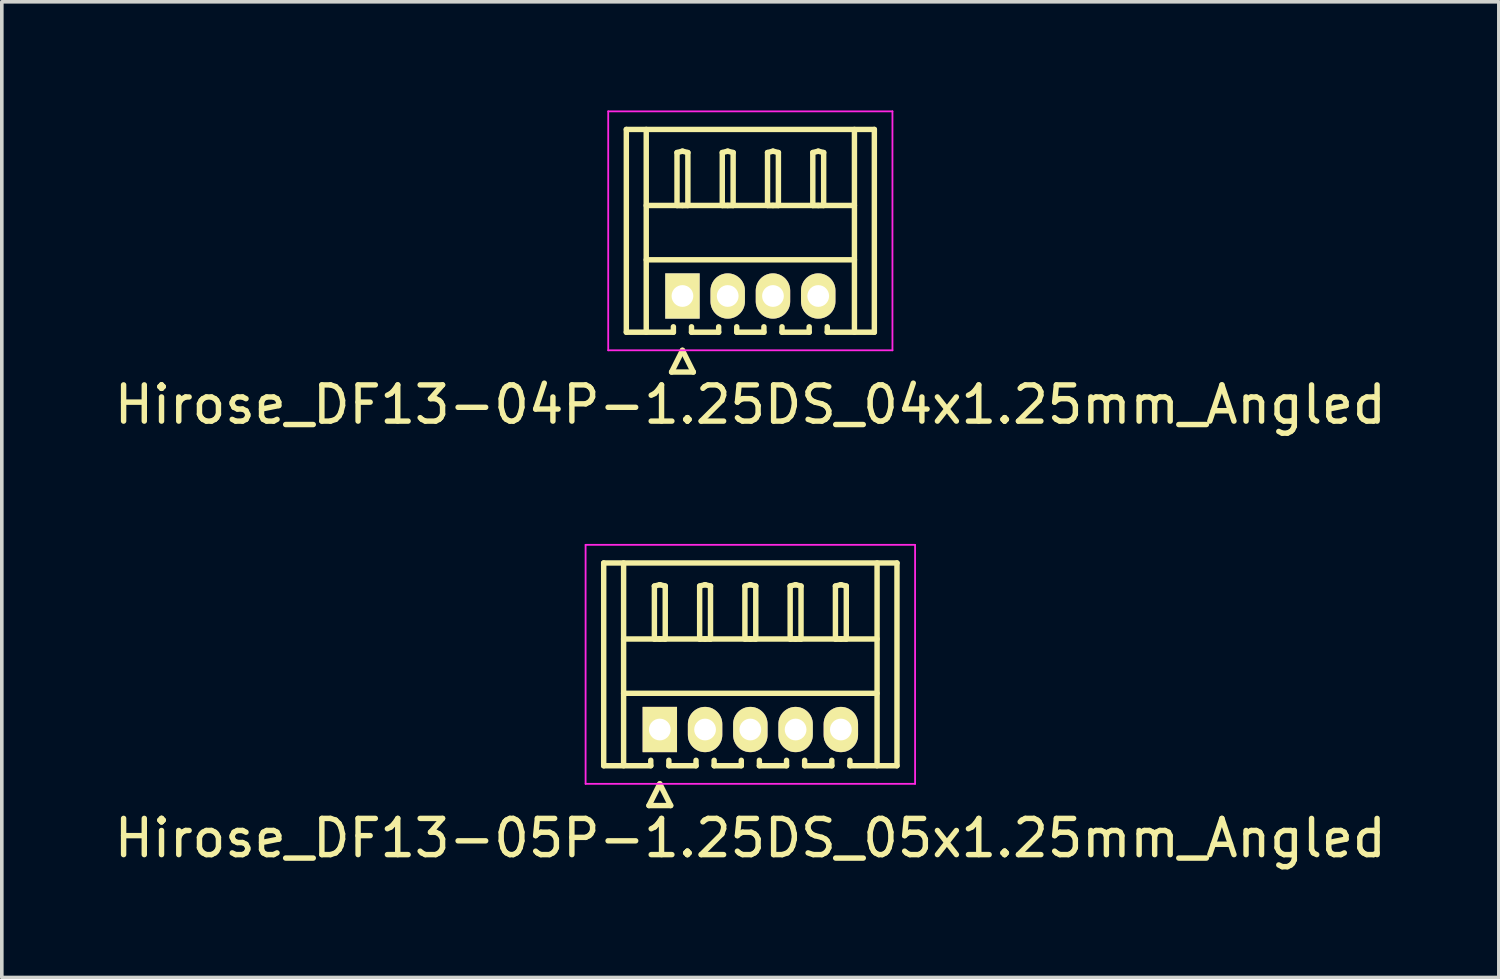
<source format=kicad_pcb>
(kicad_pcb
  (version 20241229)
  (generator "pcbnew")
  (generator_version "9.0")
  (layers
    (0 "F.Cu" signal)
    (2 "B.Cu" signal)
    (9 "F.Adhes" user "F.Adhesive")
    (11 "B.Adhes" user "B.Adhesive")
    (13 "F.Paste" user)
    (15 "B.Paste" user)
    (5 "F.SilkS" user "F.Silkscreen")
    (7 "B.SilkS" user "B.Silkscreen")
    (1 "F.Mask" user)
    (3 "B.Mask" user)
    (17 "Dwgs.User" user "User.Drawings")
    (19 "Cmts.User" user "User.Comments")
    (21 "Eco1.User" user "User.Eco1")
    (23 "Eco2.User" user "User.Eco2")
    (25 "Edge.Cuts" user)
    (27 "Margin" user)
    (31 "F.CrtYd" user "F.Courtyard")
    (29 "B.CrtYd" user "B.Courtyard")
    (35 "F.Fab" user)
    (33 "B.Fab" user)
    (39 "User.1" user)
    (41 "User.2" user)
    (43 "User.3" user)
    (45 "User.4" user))
  (footprint "Hirose_DF13-05P-1.25DS_05x1.25mm_Angled"
    (layer "F.Cu")
    (at 15.173 17.098)
    (property "Reference" "Hirose_DF13-05P-1.25DS_05x1.25mm_Angled" (at 2.5 3 0) (layer "F.SilkS") (effects (font (size 1 1) (thickness 0.15))))
    (attr through_hole)
    (fp_line (start -1.55 -4.6) (end 6.55 -4.6) (stroke (width 0.15) (type solid)) (layer "F.SilkS"))
    (fp_line (start -1.55 1) (end -1.55 -4.6) (stroke (width 0.15) (type solid)) (layer "F.SilkS"))
    (fp_line (start -1 -4.6) (end -1 1) (stroke (width 0.15) (type solid)) (layer "F.SilkS"))
    (fp_line (start -1 -2.5) (end 6 -2.5) (stroke (width 0.15) (type solid)) (layer "F.SilkS"))
    (fp_line (start -1 -1) (end 6 -1) (stroke (width 0.15) (type solid)) (layer "F.SilkS"))
    (fp_line (start -0.3 2.1) (end 0.3 2.1) (stroke (width 0.15) (type solid)) (layer "F.SilkS"))
    (fp_line (start -0.25 0.85) (end -0.25 1) (stroke (width 0.15) (type solid)) (layer "F.SilkS"))
    (fp_line (start -0.25 1) (end -1.55 1) (stroke (width 0.15) (type solid)) (layer "F.SilkS"))
    (fp_line (start -0.15 -3.962) (end 0 -4) (stroke (width 0.15) (type solid)) (layer "F.SilkS"))
    (fp_line (start -0.15 -2.5) (end -0.15 -3.962) (stroke (width 0.15) (type solid)) (layer "F.SilkS"))
    (fp_line (start 0 -4) (end 0.15 -3.962) (stroke (width 0.15) (type solid)) (layer "F.SilkS"))
    (fp_line (start 0 -2.5) (end -0.15 -2.5) (stroke (width 0.15) (type solid)) (layer "F.SilkS"))
    (fp_line (start 0 1.5) (end -0.3 2.1) (stroke (width 0.15) (type solid)) (layer "F.SilkS"))
    (fp_line (start 0.15 -3.962) (end 0.15 -2.5) (stroke (width 0.15) (type solid)) (layer "F.SilkS"))
    (fp_line (start 0.15 -2.5) (end 0 -2.5) (stroke (width 0.15) (type solid)) (layer "F.SilkS"))
    (fp_line (start 0.25 0.85) (end 0.25 1) (stroke (width 0.15) (type solid)) (layer "F.SilkS"))
    (fp_line (start 0.25 1) (end 1 1) (stroke (width 0.15) (type solid)) (layer "F.SilkS"))
    (fp_line (start 0.3 2.1) (end 0 1.5) (stroke (width 0.15) (type solid)) (layer "F.SilkS"))
    (fp_line (start 1 1) (end 1 0.85) (stroke (width 0.15) (type solid)) (layer "F.SilkS"))
    (fp_line (start 1.1 -3.962) (end 1.25 -4) (stroke (width 0.15) (type solid)) (layer "F.SilkS"))
    (fp_line (start 1.1 -2.5) (end 1.1 -3.962) (stroke (width 0.15) (type solid)) (layer "F.SilkS"))
    (fp_line (start 1.25 -4) (end 1.4 -3.962) (stroke (width 0.15) (type solid)) (layer "F.SilkS"))
    (fp_line (start 1.25 -2.5) (end 1.1 -2.5) (stroke (width 0.15) (type solid)) (layer "F.SilkS"))
    (fp_line (start 1.4 -3.962) (end 1.4 -2.5) (stroke (width 0.15) (type solid)) (layer "F.SilkS"))
    (fp_line (start 1.4 -2.5) (end 1.25 -2.5) (stroke (width 0.15) (type solid)) (layer "F.SilkS"))
    (fp_line (start 1.5 0.85) (end 1.5 1) (stroke (width 0.15) (type solid)) (layer "F.SilkS"))
    (fp_line (start 1.5 1) (end 2.25 1) (stroke (width 0.15) (type solid)) (layer "F.SilkS"))
    (fp_line (start 2.25 1) (end 2.25 0.85) (stroke (width 0.15) (type solid)) (layer "F.SilkS"))
    (fp_line (start 2.35 -3.962) (end 2.5 -4) (stroke (width 0.15) (type solid)) (layer "F.SilkS"))
    (fp_line (start 2.35 -2.5) (end 2.35 -3.962) (stroke (width 0.15) (type solid)) (layer "F.SilkS"))
    (fp_line (start 2.5 -4) (end 2.65 -3.962) (stroke (width 0.15) (type solid)) (layer "F.SilkS"))
    (fp_line (start 2.5 -2.5) (end 2.35 -2.5) (stroke (width 0.15) (type solid)) (layer "F.SilkS"))
    (fp_line (start 2.65 -3.962) (end 2.65 -2.5) (stroke (width 0.15) (type solid)) (layer "F.SilkS"))
    (fp_line (start 2.65 -2.5) (end 2.5 -2.5) (stroke (width 0.15) (type solid)) (layer "F.SilkS"))
    (fp_line (start 2.75 0.85) (end 2.75 1) (stroke (width 0.15) (type solid)) (layer "F.SilkS"))
    (fp_line (start 2.75 1) (end 3.5 1) (stroke (width 0.15) (type solid)) (layer "F.SilkS"))
    (fp_line (start 3.5 1) (end 3.5 0.85) (stroke (width 0.15) (type solid)) (layer "F.SilkS"))
    (fp_line (start 3.6 -3.962) (end 3.75 -4) (stroke (width 0.15) (type solid)) (layer "F.SilkS"))
    (fp_line (start 3.6 -2.5) (end 3.6 -3.962) (stroke (width 0.15) (type solid)) (layer "F.SilkS"))
    (fp_line (start 3.75 -4) (end 3.9 -3.962) (stroke (width 0.15) (type solid)) (layer "F.SilkS"))
    (fp_line (start 3.75 -2.5) (end 3.6 -2.5) (stroke (width 0.15) (type solid)) (layer "F.SilkS"))
    (fp_line (start 3.9 -3.962) (end 3.9 -2.5) (stroke (width 0.15) (type solid)) (layer "F.SilkS"))
    (fp_line (start 3.9 -2.5) (end 3.75 -2.5) (stroke (width 0.15) (type solid)) (layer "F.SilkS"))
    (fp_line (start 4 0.85) (end 4 1) (stroke (width 0.15) (type solid)) (layer "F.SilkS"))
    (fp_line (start 4 1) (end 4.75 1) (stroke (width 0.15) (type solid)) (layer "F.SilkS"))
    (fp_line (start 4.75 1) (end 4.75 0.85) (stroke (width 0.15) (type solid)) (layer "F.SilkS"))
    (fp_line (start 4.85 -3.962) (end 5 -4) (stroke (width 0.15) (type solid)) (layer "F.SilkS"))
    (fp_line (start 4.85 -2.5) (end 4.85 -3.962) (stroke (width 0.15) (type solid)) (layer "F.SilkS"))
    (fp_line (start 5 -4) (end 5.15 -3.962) (stroke (width 0.15) (type solid)) (layer "F.SilkS"))
    (fp_line (start 5 -2.5) (end 4.85 -2.5) (stroke (width 0.15) (type solid)) (layer "F.SilkS"))
    (fp_line (start 5.15 -3.962) (end 5.15 -2.5) (stroke (width 0.15) (type solid)) (layer "F.SilkS"))
    (fp_line (start 5.15 -2.5) (end 5 -2.5) (stroke (width 0.15) (type solid)) (layer "F.SilkS"))
    (fp_line (start 5.25 1) (end 5.25 0.85) (stroke (width 0.15) (type solid)) (layer "F.SilkS"))
    (fp_line (start 6 -4.6) (end 6 1) (stroke (width 0.15) (type solid)) (layer "F.SilkS"))
    (fp_line (start 6.55 -4.6) (end 6.55 1) (stroke (width 0.15) (type solid)) (layer "F.SilkS"))
    (fp_line (start 6.55 1) (end 5.25 1) (stroke (width 0.15) (type solid)) (layer "F.SilkS"))
    (fp_line (start -2.05 -5.1) (end -2.05 1.5) (stroke (width 0.05) (type solid)) (layer "F.CrtYd"))
    (fp_line (start -2.05 1.5) (end 7.05 1.5) (stroke (width 0.05) (type solid)) (layer "F.CrtYd"))
    (fp_line (start 7.05 -5.1) (end -2.05 -5.1) (stroke (width 0.05) (type solid)) (layer "F.CrtYd"))
    (fp_line (start 7.05 1.5) (end 7.05 -5.1) (stroke (width 0.05) (type solid)) (layer "F.CrtYd"))
    (pad "1" thru_hole rect (at 0 0) (size 0.95 1.25) (drill 0.6) (layers "*.Cu" "*.Mask" "F.SilkS"))
    (pad "2" thru_hole oval (at 1.25 0) (size 0.95 1.25) (drill 0.6) (layers "*.Cu" "*.Mask" "F.SilkS"))
    (pad "3" thru_hole oval (at 2.5 0) (size 0.95 1.25) (drill 0.6) (layers "*.Cu" "*.Mask" "F.SilkS"))
    (pad "4" thru_hole oval (at 3.75 0) (size 0.95 1.25) (drill 0.6) (layers "*.Cu" "*.Mask" "F.SilkS"))
    (pad "5" thru_hole oval (at 5 0) (size 0.95 1.25) (drill 0.6) (layers "*.Cu" "*.Mask" "F.SilkS")))
  (footprint "Hirose_DF13-04P-1.25DS_04x1.25mm_Angled"
    (layer "F.Cu")
    (at 15.798 5.125)
    (property "Reference" "Hirose_DF13-04P-1.25DS_04x1.25mm_Angled" (at 1.875 3 0) (layer "F.SilkS") (effects (font (size 1 1) (thickness 0.15))))
    (attr through_hole)
    (fp_line (start -1.55 -4.6) (end 5.3 -4.6) (stroke (width 0.15) (type solid)) (layer "F.SilkS"))
    (fp_line (start -1.55 1) (end -1.55 -4.6) (stroke (width 0.15) (type solid)) (layer "F.SilkS"))
    (fp_line (start -1 -4.6) (end -1 1) (stroke (width 0.15) (type solid)) (layer "F.SilkS"))
    (fp_line (start -1 -2.5) (end 4.75 -2.5) (stroke (width 0.15) (type solid)) (layer "F.SilkS"))
    (fp_line (start -1 -1) (end 4.75 -1) (stroke (width 0.15) (type solid)) (layer "F.SilkS"))
    (fp_line (start -0.3 2.1) (end 0.3 2.1) (stroke (width 0.15) (type solid)) (layer "F.SilkS"))
    (fp_line (start -0.25 0.85) (end -0.25 1) (stroke (width 0.15) (type solid)) (layer "F.SilkS"))
    (fp_line (start -0.25 1) (end -1.55 1) (stroke (width 0.15) (type solid)) (layer "F.SilkS"))
    (fp_line (start -0.15 -3.962) (end 0 -4) (stroke (width 0.15) (type solid)) (layer "F.SilkS"))
    (fp_line (start -0.15 -2.5) (end -0.15 -3.962) (stroke (width 0.15) (type solid)) (layer "F.SilkS"))
    (fp_line (start 0 -4) (end 0.15 -3.962) (stroke (width 0.15) (type solid)) (layer "F.SilkS"))
    (fp_line (start 0 -2.5) (end -0.15 -2.5) (stroke (width 0.15) (type solid)) (layer "F.SilkS"))
    (fp_line (start 0 1.5) (end -0.3 2.1) (stroke (width 0.15) (type solid)) (layer "F.SilkS"))
    (fp_line (start 0.15 -3.962) (end 0.15 -2.5) (stroke (width 0.15) (type solid)) (layer "F.SilkS"))
    (fp_line (start 0.15 -2.5) (end 0 -2.5) (stroke (width 0.15) (type solid)) (layer "F.SilkS"))
    (fp_line (start 0.25 0.85) (end 0.25 1) (stroke (width 0.15) (type solid)) (layer "F.SilkS"))
    (fp_line (start 0.25 1) (end 1 1) (stroke (width 0.15) (type solid)) (layer "F.SilkS"))
    (fp_line (start 0.3 2.1) (end 0 1.5) (stroke (width 0.15) (type solid)) (layer "F.SilkS"))
    (fp_line (start 1 1) (end 1 0.85) (stroke (width 0.15) (type solid)) (layer "F.SilkS"))
    (fp_line (start 1.1 -3.962) (end 1.25 -4) (stroke (width 0.15) (type solid)) (layer "F.SilkS"))
    (fp_line (start 1.1 -2.5) (end 1.1 -3.962) (stroke (width 0.15) (type solid)) (layer "F.SilkS"))
    (fp_line (start 1.25 -4) (end 1.4 -3.962) (stroke (width 0.15) (type solid)) (layer "F.SilkS"))
    (fp_line (start 1.25 -2.5) (end 1.1 -2.5) (stroke (width 0.15) (type solid)) (layer "F.SilkS"))
    (fp_line (start 1.4 -3.962) (end 1.4 -2.5) (stroke (width 0.15) (type solid)) (layer "F.SilkS"))
    (fp_line (start 1.4 -2.5) (end 1.25 -2.5) (stroke (width 0.15) (type solid)) (layer "F.SilkS"))
    (fp_line (start 1.5 0.85) (end 1.5 1) (stroke (width 0.15) (type solid)) (layer "F.SilkS"))
    (fp_line (start 1.5 1) (end 2.25 1) (stroke (width 0.15) (type solid)) (layer "F.SilkS"))
    (fp_line (start 2.25 1) (end 2.25 0.85) (stroke (width 0.15) (type solid)) (layer "F.SilkS"))
    (fp_line (start 2.35 -3.962) (end 2.5 -4) (stroke (width 0.15) (type solid)) (layer "F.SilkS"))
    (fp_line (start 2.35 -2.5) (end 2.35 -3.962) (stroke (width 0.15) (type solid)) (layer "F.SilkS"))
    (fp_line (start 2.5 -4) (end 2.65 -3.962) (stroke (width 0.15) (type solid)) (layer "F.SilkS"))
    (fp_line (start 2.5 -2.5) (end 2.35 -2.5) (stroke (width 0.15) (type solid)) (layer "F.SilkS"))
    (fp_line (start 2.65 -3.962) (end 2.65 -2.5) (stroke (width 0.15) (type solid)) (layer "F.SilkS"))
    (fp_line (start 2.65 -2.5) (end 2.5 -2.5) (stroke (width 0.15) (type solid)) (layer "F.SilkS"))
    (fp_line (start 2.75 0.85) (end 2.75 1) (stroke (width 0.15) (type solid)) (layer "F.SilkS"))
    (fp_line (start 2.75 1) (end 3.5 1) (stroke (width 0.15) (type solid)) (layer "F.SilkS"))
    (fp_line (start 3.5 1) (end 3.5 0.85) (stroke (width 0.15) (type solid)) (layer "F.SilkS"))
    (fp_line (start 3.6 -3.962) (end 3.75 -4) (stroke (width 0.15) (type solid)) (layer "F.SilkS"))
    (fp_line (start 3.6 -2.5) (end 3.6 -3.962) (stroke (width 0.15) (type solid)) (layer "F.SilkS"))
    (fp_line (start 3.75 -4) (end 3.9 -3.962) (stroke (width 0.15) (type solid)) (layer "F.SilkS"))
    (fp_line (start 3.75 -2.5) (end 3.6 -2.5) (stroke (width 0.15) (type solid)) (layer "F.SilkS"))
    (fp_line (start 3.9 -3.962) (end 3.9 -2.5) (stroke (width 0.15) (type solid)) (layer "F.SilkS"))
    (fp_line (start 3.9 -2.5) (end 3.75 -2.5) (stroke (width 0.15) (type solid)) (layer "F.SilkS"))
    (fp_line (start 4 1) (end 4 0.85) (stroke (width 0.15) (type solid)) (layer "F.SilkS"))
    (fp_line (start 4.75 -4.6) (end 4.75 1) (stroke (width 0.15) (type solid)) (layer "F.SilkS"))
    (fp_line (start 5.3 -4.6) (end 5.3 1) (stroke (width 0.15) (type solid)) (layer "F.SilkS"))
    (fp_line (start 5.3 1) (end 4 1) (stroke (width 0.15) (type solid)) (layer "F.SilkS"))
    (fp_line (start -2.05 -5.1) (end -2.05 1.5) (stroke (width 0.05) (type solid)) (layer "F.CrtYd"))
    (fp_line (start -2.05 1.5) (end 5.8 1.5) (stroke (width 0.05) (type solid)) (layer "F.CrtYd"))
    (fp_line (start 5.8 -5.1) (end -2.05 -5.1) (stroke (width 0.05) (type solid)) (layer "F.CrtYd"))
    (fp_line (start 5.8 1.5) (end 5.8 -5.1) (stroke (width 0.05) (type solid)) (layer "F.CrtYd"))
    (pad "1" thru_hole rect (at 0 0) (size 0.95 1.25) (drill 0.6) (layers "*.Cu" "*.Mask" "F.SilkS"))
    (pad "2" thru_hole oval (at 1.25 0) (size 0.95 1.25) (drill 0.6) (layers "*.Cu" "*.Mask" "F.SilkS"))
    (pad "3" thru_hole oval (at 2.5 0) (size 0.95 1.25) (drill 0.6) (layers "*.Cu" "*.Mask" "F.SilkS"))
    (pad "4" thru_hole oval (at 3.75 0) (size 0.95 1.25) (drill 0.6) (layers "*.Cu" "*.Mask" "F.SilkS")))
  (gr_rect
    (start -3 -3)
    (end 38.345 23.947)
    (stroke (width 0.1) (type default))
    (fill no)
    (layer "Edge.Cuts")))
</source>
